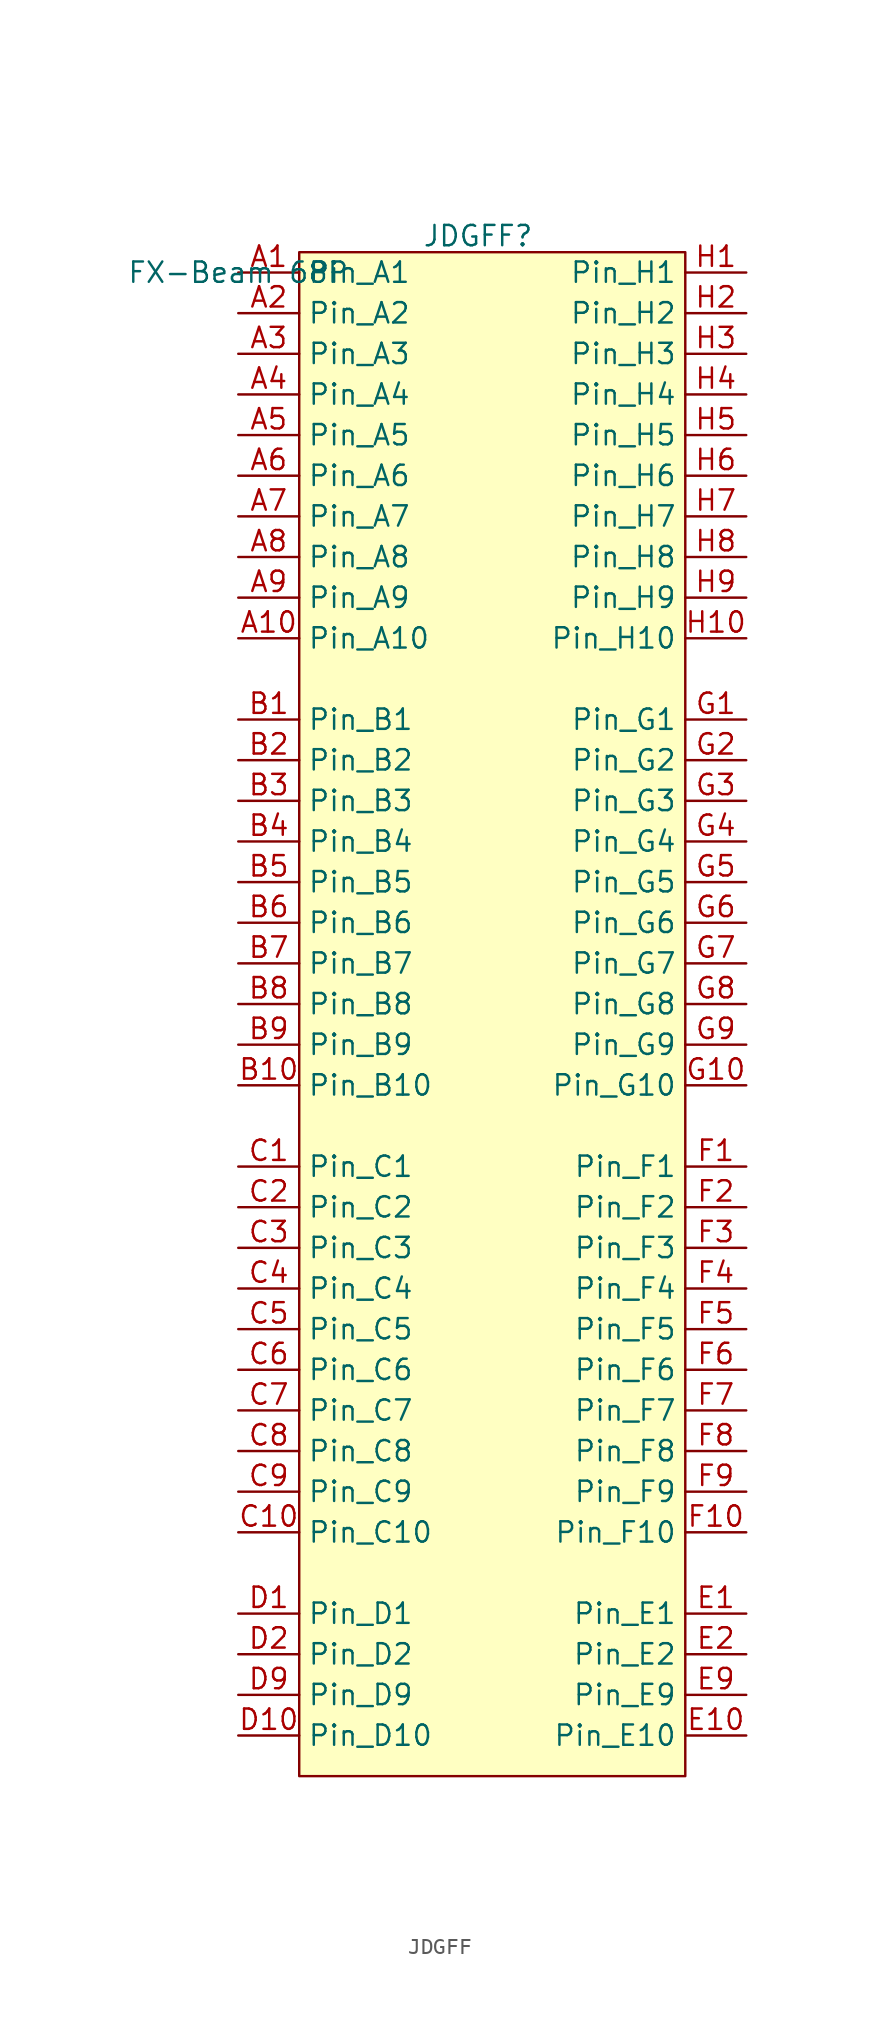
<source format=kicad_sym>
(kicad_symbol_lib
  (version 20231120)
  (generator "kicad_symbol_editor")
  (generator_version "8.0")
  (symbol "JDGFF"
    (property "Reference" "JDGFF"
      (at 14.986 1.016 0)
      (effects (font (size 1.27 1.27))))
    (property "Value" "FX-Beam 68P"
      (at 0 -1.27 0)
      (effects (font (size 1.27 1.27))))
    (symbol "JDGFF_1_1"
      (rectangle (start 3.81 0) (end 27.94 -95.25) (stroke (width 0) (type default)) (fill (type background)))
      (pin passive line (at 0 -1.27 0) (length 3.81) (name "Pin_A1" (effects (font (size 1.27 1.27)))) (number "A1" (effects (font (size 1.27 1.27)))))
      (pin passive line (at 0 -24.13 0) (length 3.81) (name "Pin_A10" (effects (font (size 1.27 1.27)))) (number "A10" (effects (font (size 1.27 1.27)))))
      (pin passive line (at 0 -3.81 0) (length 3.81) (name "Pin_A2" (effects (font (size 1.27 1.27)))) (number "A2" (effects (font (size 1.27 1.27)))))
      (pin passive line (at 0 -6.35 0) (length 3.81) (name "Pin_A3" (effects (font (size 1.27 1.27)))) (number "A3" (effects (font (size 1.27 1.27)))))
      (pin passive line (at 0 -8.89 0) (length 3.81) (name "Pin_A4" (effects (font (size 1.27 1.27)))) (number "A4" (effects (font (size 1.27 1.27)))))
      (pin passive line (at 0 -11.43 0) (length 3.81) (name "Pin_A5" (effects (font (size 1.27 1.27)))) (number "A5" (effects (font (size 1.27 1.27)))))
      (pin passive line (at 0 -13.97 0) (length 3.81) (name "Pin_A6" (effects (font (size 1.27 1.27)))) (number "A6" (effects (font (size 1.27 1.27)))))
      (pin passive line (at 0 -16.51 0) (length 3.81) (name "Pin_A7" (effects (font (size 1.27 1.27)))) (number "A7" (effects (font (size 1.27 1.27)))))
      (pin passive line (at 0 -19.05 0) (length 3.81) (name "Pin_A8" (effects (font (size 1.27 1.27)))) (number "A8" (effects (font (size 1.27 1.27)))))
      (pin passive line (at 0 -21.59 0) (length 3.81) (name "Pin_A9" (effects (font (size 1.27 1.27)))) (number "A9" (effects (font (size 1.27 1.27)))))
      (pin passive line (at 0 -29.21 0) (length 3.81) (name "Pin_B1" (effects (font (size 1.27 1.27)))) (number "B1" (effects (font (size 1.27 1.27)))))
      (pin passive line (at 0 -52.07 0) (length 3.81) (name "Pin_B10" (effects (font (size 1.27 1.27)))) (number "B10" (effects (font (size 1.27 1.27)))))
      (pin passive line (at 0 -31.75 0) (length 3.81) (name "Pin_B2" (effects (font (size 1.27 1.27)))) (number "B2" (effects (font (size 1.27 1.27)))))
      (pin passive line (at 0 -34.29 0) (length 3.81) (name "Pin_B3" (effects (font (size 1.27 1.27)))) (number "B3" (effects (font (size 1.27 1.27)))))
      (pin passive line (at 0 -36.83 0) (length 3.81) (name "Pin_B4" (effects (font (size 1.27 1.27)))) (number "B4" (effects (font (size 1.27 1.27)))))
      (pin passive line (at 0 -39.37 0) (length 3.81) (name "Pin_B5" (effects (font (size 1.27 1.27)))) (number "B5" (effects (font (size 1.27 1.27)))))
      (pin passive line (at 0 -41.91 0) (length 3.81) (name "Pin_B6" (effects (font (size 1.27 1.27)))) (number "B6" (effects (font (size 1.27 1.27)))))
      (pin passive line (at 0 -44.45 0) (length 3.81) (name "Pin_B7" (effects (font (size 1.27 1.27)))) (number "B7" (effects (font (size 1.27 1.27)))))
      (pin passive line (at 0 -46.99 0) (length 3.81) (name "Pin_B8" (effects (font (size 1.27 1.27)))) (number "B8" (effects (font (size 1.27 1.27)))))
      (pin passive line (at 0 -49.53 0) (length 3.81) (name "Pin_B9" (effects (font (size 1.27 1.27)))) (number "B9" (effects (font (size 1.27 1.27)))))
      (pin passive line (at 0 -57.15 0) (length 3.81) (name "Pin_C1" (effects (font (size 1.27 1.27)))) (number "C1" (effects (font (size 1.27 1.27)))))
      (pin passive line (at 0 -80.01 0) (length 3.81) (name "Pin_C10" (effects (font (size 1.27 1.27)))) (number "C10" (effects (font (size 1.27 1.27)))))
      (pin passive line (at 0 -59.69 0) (length 3.81) (name "Pin_C2" (effects (font (size 1.27 1.27)))) (number "C2" (effects (font (size 1.27 1.27)))))
      (pin passive line (at 0 -62.23 0) (length 3.81) (name "Pin_C3" (effects (font (size 1.27 1.27)))) (number "C3" (effects (font (size 1.27 1.27)))))
      (pin passive line (at 0 -64.77 0) (length 3.81) (name "Pin_C4" (effects (font (size 1.27 1.27)))) (number "C4" (effects (font (size 1.27 1.27)))))
      (pin passive line (at 0 -67.31 0) (length 3.81) (name "Pin_C5" (effects (font (size 1.27 1.27)))) (number "C5" (effects (font (size 1.27 1.27)))))
      (pin passive line (at 0 -69.85 0) (length 3.81) (name "Pin_C6" (effects (font (size 1.27 1.27)))) (number "C6" (effects (font (size 1.27 1.27)))))
      (pin passive line (at 0 -72.39 0) (length 3.81) (name "Pin_C7" (effects (font (size 1.27 1.27)))) (number "C7" (effects (font (size 1.27 1.27)))))
      (pin passive line (at 0 -74.93 0) (length 3.81) (name "Pin_C8" (effects (font (size 1.27 1.27)))) (number "C8" (effects (font (size 1.27 1.27)))))
      (pin passive line (at 0 -77.47 0) (length 3.81) (name "Pin_C9" (effects (font (size 1.27 1.27)))) (number "C9" (effects (font (size 1.27 1.27)))))
      (pin passive line (at 0 -85.09 0) (length 3.81) (name "Pin_D1" (effects (font (size 1.27 1.27)))) (number "D1" (effects (font (size 1.27 1.27)))))
      (pin passive line (at 0 -92.71 0) (length 3.81) (name "Pin_D10" (effects (font (size 1.27 1.27)))) (number "D10" (effects (font (size 1.27 1.27)))))
      (pin passive line (at 0 -87.63 0) (length 3.81) (name "Pin_D2" (effects (font (size 1.27 1.27)))) (number "D2" (effects (font (size 1.27 1.27)))))
      (pin passive line (at 0 -90.17 0) (length 3.81) (name "Pin_D9" (effects (font (size 1.27 1.27)))) (number "D9" (effects (font (size 1.27 1.27)))))
      (pin passive line (at 31.75 -85.09 180) (length 3.81) (name "Pin_E1" (effects (font (size 1.27 1.27)))) (number "E1" (effects (font (size 1.27 1.27)))))
      (pin passive line (at 31.75 -92.71 180) (length 3.81) (name "Pin_E10" (effects (font (size 1.27 1.27)))) (number "E10" (effects (font (size 1.27 1.27)))))
      (pin passive line (at 31.75 -87.63 180) (length 3.81) (name "Pin_E2" (effects (font (size 1.27 1.27)))) (number "E2" (effects (font (size 1.27 1.27)))))
      (pin passive line (at 31.75 -90.17 180) (length 3.81) (name "Pin_E9" (effects (font (size 1.27 1.27)))) (number "E9" (effects (font (size 1.27 1.27)))))
      (pin passive line (at 31.75 -57.15 180) (length 3.81) (name "Pin_F1" (effects (font (size 1.27 1.27)))) (number "F1" (effects (font (size 1.27 1.27)))))
      (pin passive line (at 31.75 -80.01 180) (length 3.81) (name "Pin_F10" (effects (font (size 1.27 1.27)))) (number "F10" (effects (font (size 1.27 1.27)))))
      (pin passive line (at 31.75 -59.69 180) (length 3.81) (name "Pin_F2" (effects (font (size 1.27 1.27)))) (number "F2" (effects (font (size 1.27 1.27)))))
      (pin passive line (at 31.75 -62.23 180) (length 3.81) (name "Pin_F3" (effects (font (size 1.27 1.27)))) (number "F3" (effects (font (size 1.27 1.27)))))
      (pin passive line (at 31.75 -64.77 180) (length 3.81) (name "Pin_F4" (effects (font (size 1.27 1.27)))) (number "F4" (effects (font (size 1.27 1.27)))))
      (pin passive line (at 31.75 -67.31 180) (length 3.81) (name "Pin_F5" (effects (font (size 1.27 1.27)))) (number "F5" (effects (font (size 1.27 1.27)))))
      (pin passive line (at 31.75 -69.85 180) (length 3.81) (name "Pin_F6" (effects (font (size 1.27 1.27)))) (number "F6" (effects (font (size 1.27 1.27)))))
      (pin passive line (at 31.75 -72.39 180) (length 3.81) (name "Pin_F7" (effects (font (size 1.27 1.27)))) (number "F7" (effects (font (size 1.27 1.27)))))
      (pin passive line (at 31.75 -74.93 180) (length 3.81) (name "Pin_F8" (effects (font (size 1.27 1.27)))) (number "F8" (effects (font (size 1.27 1.27)))))
      (pin passive line (at 31.75 -77.47 180) (length 3.81) (name "Pin_F9" (effects (font (size 1.27 1.27)))) (number "F9" (effects (font (size 1.27 1.27)))))
      (pin passive line (at 31.75 -29.21 180) (length 3.81) (name "Pin_G1" (effects (font (size 1.27 1.27)))) (number "G1" (effects (font (size 1.27 1.27)))))
      (pin passive line (at 31.75 -52.07 180) (length 3.81) (name "Pin_G10" (effects (font (size 1.27 1.27)))) (number "G10" (effects (font (size 1.27 1.27)))))
      (pin passive line (at 31.75 -31.75 180) (length 3.81) (name "Pin_G2" (effects (font (size 1.27 1.27)))) (number "G2" (effects (font (size 1.27 1.27)))))
      (pin passive line (at 31.75 -34.29 180) (length 3.81) (name "Pin_G3" (effects (font (size 1.27 1.27)))) (number "G3" (effects (font (size 1.27 1.27)))))
      (pin passive line (at 31.75 -36.83 180) (length 3.81) (name "Pin_G4" (effects (font (size 1.27 1.27)))) (number "G4" (effects (font (size 1.27 1.27)))))
      (pin passive line (at 31.75 -39.37 180) (length 3.81) (name "Pin_G5" (effects (font (size 1.27 1.27)))) (number "G5" (effects (font (size 1.27 1.27)))))
      (pin passive line (at 31.75 -41.91 180) (length 3.81) (name "Pin_G6" (effects (font (size 1.27 1.27)))) (number "G6" (effects (font (size 1.27 1.27)))))
      (pin passive line (at 31.75 -44.45 180) (length 3.81) (name "Pin_G7" (effects (font (size 1.27 1.27)))) (number "G7" (effects (font (size 1.27 1.27)))))
      (pin passive line (at 31.75 -46.99 180) (length 3.81) (name "Pin_G8" (effects (font (size 1.27 1.27)))) (number "G8" (effects (font (size 1.27 1.27)))))
      (pin passive line (at 31.75 -49.53 180) (length 3.81) (name "Pin_G9" (effects (font (size 1.27 1.27)))) (number "G9" (effects (font (size 1.27 1.27)))))
      (pin passive line (at 31.75 -1.27 180) (length 3.81) (name "Pin_H1" (effects (font (size 1.27 1.27)))) (number "H1" (effects (font (size 1.27 1.27)))))
      (pin passive line (at 31.75 -24.13 180) (length 3.81) (name "Pin_H10" (effects (font (size 1.27 1.27)))) (number "H10" (effects (font (size 1.27 1.27)))))
      (pin passive line (at 31.75 -3.81 180) (length 3.81) (name "Pin_H2" (effects (font (size 1.27 1.27)))) (number "H2" (effects (font (size 1.27 1.27)))))
      (pin passive line (at 31.75 -6.35 180) (length 3.81) (name "Pin_H3" (effects (font (size 1.27 1.27)))) (number "H3" (effects (font (size 1.27 1.27)))))
      (pin passive line (at 31.75 -8.89 180) (length 3.81) (name "Pin_H4" (effects (font (size 1.27 1.27)))) (number "H4" (effects (font (size 1.27 1.27)))))
      (pin passive line (at 31.75 -11.43 180) (length 3.81) (name "Pin_H5" (effects (font (size 1.27 1.27)))) (number "H5" (effects (font (size 1.27 1.27)))))
      (pin passive line (at 31.75 -13.97 180) (length 3.81) (name "Pin_H6" (effects (font (size 1.27 1.27)))) (number "H6" (effects (font (size 1.27 1.27)))))
      (pin passive line (at 31.75 -16.51 180) (length 3.81) (name "Pin_H7" (effects (font (size 1.27 1.27)))) (number "H7" (effects (font (size 1.27 1.27)))))
      (pin passive line (at 31.75 -19.05 180) (length 3.81) (name "Pin_H8" (effects (font (size 1.27 1.27)))) (number "H8" (effects (font (size 1.27 1.27)))))
      (pin passive line (at 31.75 -21.59 180) (length 3.81) (name "Pin_H9" (effects (font (size 1.27 1.27)))) (number "H9" (effects (font (size 1.27 1.27))))))))
</source>
